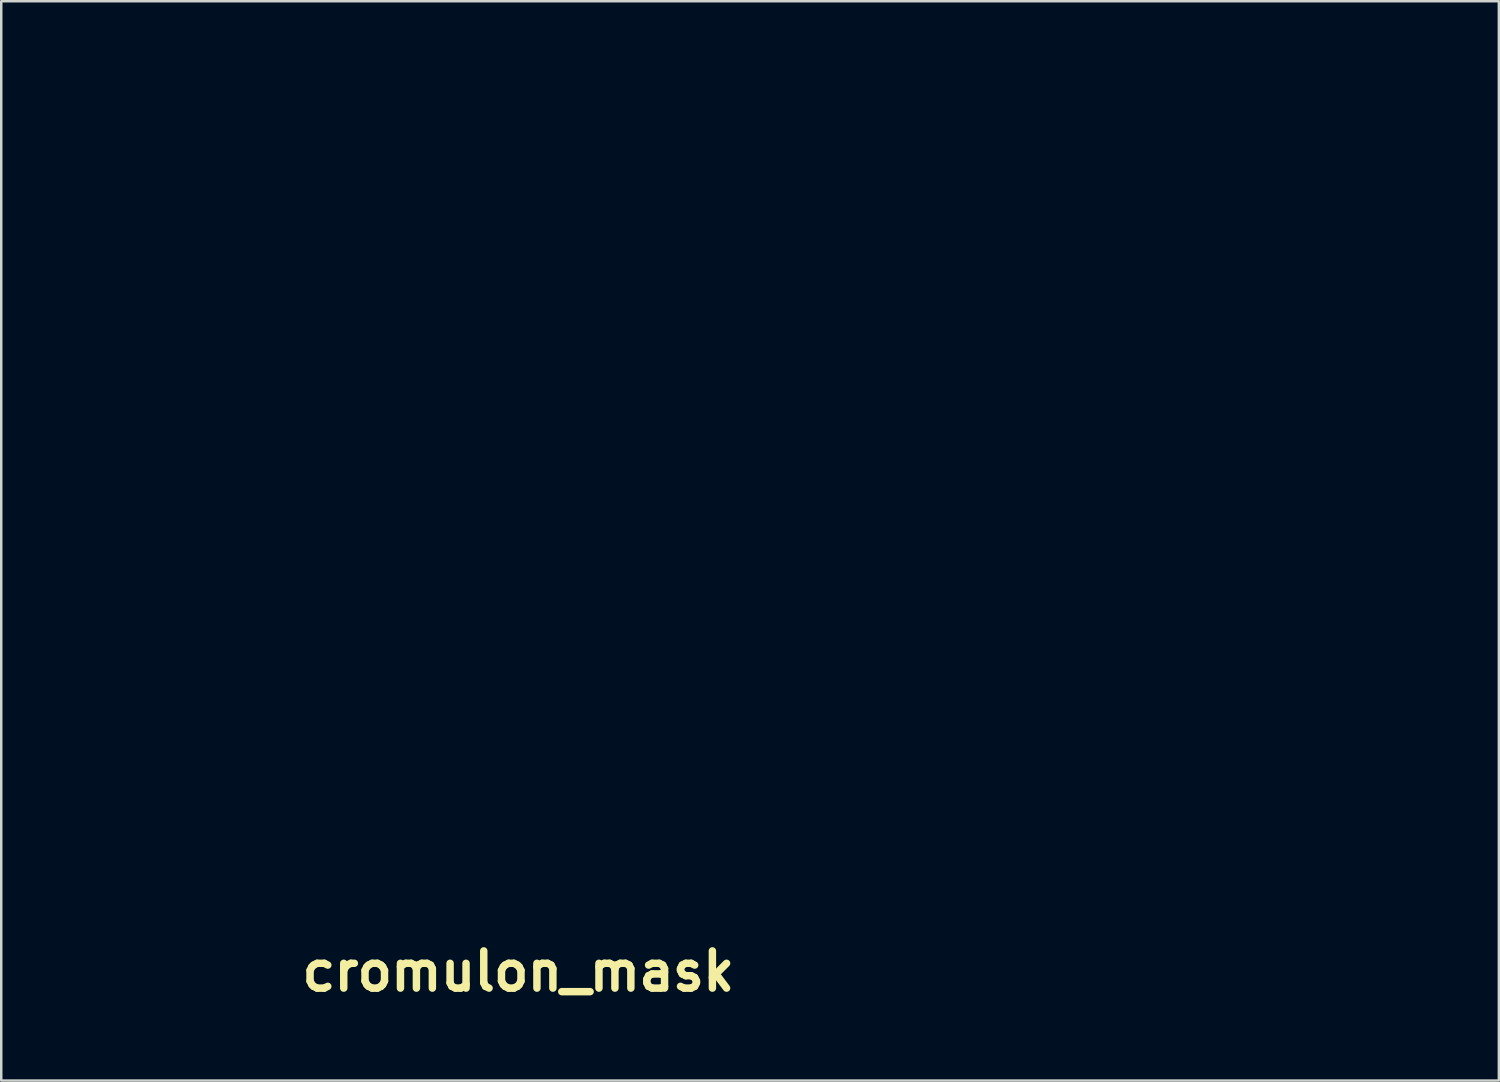
<source format=kicad_pcb>
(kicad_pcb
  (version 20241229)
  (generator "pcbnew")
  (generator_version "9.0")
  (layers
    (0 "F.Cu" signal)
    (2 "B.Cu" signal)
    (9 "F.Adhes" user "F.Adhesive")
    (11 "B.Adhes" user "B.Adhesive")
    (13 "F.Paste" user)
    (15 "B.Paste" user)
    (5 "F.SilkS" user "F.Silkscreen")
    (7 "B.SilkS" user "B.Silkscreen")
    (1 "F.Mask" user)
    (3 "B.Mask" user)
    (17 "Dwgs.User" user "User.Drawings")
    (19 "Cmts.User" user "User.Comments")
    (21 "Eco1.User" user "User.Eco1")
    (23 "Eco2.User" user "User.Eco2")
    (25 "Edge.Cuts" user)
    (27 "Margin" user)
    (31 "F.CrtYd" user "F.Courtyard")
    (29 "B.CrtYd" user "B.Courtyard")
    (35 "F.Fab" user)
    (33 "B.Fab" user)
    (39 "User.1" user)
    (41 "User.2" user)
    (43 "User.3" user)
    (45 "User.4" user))
  (footprint "cromulon_mask"
    (layer "F.Cu")
    (at 17.839 36.094)
    (property "Reference" "cromulon_mask" (at 0 0 0) (layer "F.SilkS") (effects (font (size 1.5 1.5) (thickness 0.3))))
    (attr board_only exclude_from_pos_files exclude_from_bom)
    (fp_poly (pts (xy 27.746 -35.491) (xy 28.571 -35.371) (xy 29.373 -35.177) (xy 30.149 -34.909) (xy 30.896 -34.568) (xy 31.612 -34.155) (xy 32.202 -33.743) (xy 32.74 -33.293) (xy 33.264 -32.776) (xy 33.763 -32.207) (xy 34.228 -31.597) (xy 34.648 -30.96) (xy 35.014 -30.308) (xy 35.283 -29.732) (xy 35.47 -29.264) (xy 35.638 -28.786) (xy 35.787 -28.292) (xy 35.92 -27.776) (xy 36.038 -27.229) (xy 36.141 -26.645) (xy 36.231 -26.017) (xy 36.31 -25.338) (xy 36.377 -24.601) (xy 36.436 -23.799) (xy 36.486 -22.925) (xy 36.487 -22.9) (xy 36.502 -22.589) (xy 36.512 -22.342) (xy 36.517 -22.147) (xy 36.516 -21.988) (xy 36.509 -21.85) (xy 36.496 -21.721) (xy 36.477 -21.586) (xy 36.468 -21.53) (xy 36.392 -21.066) (xy 36.328 -20.672) (xy 36.272 -20.337) (xy 36.225 -20.055) (xy 36.183 -19.816) (xy 36.146 -19.611) (xy 36.112 -19.431) (xy 36.08 -19.267) (xy 36.047 -19.111) (xy 36.017 -18.971) (xy 35.834 -18.222) (xy 35.631 -17.541) (xy 35.403 -16.919) (xy 35.145 -16.346) (xy 34.854 -15.814) (xy 34.526 -15.312) (xy 34.224 -14.915) (xy 33.735 -14.372) (xy 33.189 -13.883) (xy 32.588 -13.447) (xy 31.928 -13.066) (xy 31.211 -12.737) (xy 30.435 -12.461) (xy 29.6 -12.237) (xy 29.377 -12.188) (xy 28.971 -12.11) (xy 28.551 -12.042) (xy 28.107 -11.983) (xy 27.63 -11.933) (xy 27.109 -11.891) (xy 26.536 -11.856) (xy 25.9 -11.827) (xy 25.36 -11.808) (xy 24.874 -11.793) (xy 24.46 -11.781) (xy 24.109 -11.771) (xy 23.813 -11.764) (xy 23.566 -11.759) (xy 23.359 -11.756) (xy 23.184 -11.755) (xy 23.033 -11.757) (xy 22.899 -11.76) (xy 22.774 -11.765) (xy 22.662 -11.772) (xy 21.972 -11.852) (xy 21.299 -12.01) (xy 20.645 -12.242) (xy 20.013 -12.548) (xy 19.405 -12.927) (xy 18.824 -13.376) (xy 18.272 -13.894) (xy 17.751 -14.48) (xy 17.459 -14.858) (xy 16.773 -15.851) (xy 16.158 -16.862) (xy 15.615 -17.888) (xy 15.146 -18.926) (xy 14.751 -19.974) (xy 14.434 -21.028) (xy 14.193 -22.085) (xy 14.153 -22.304) (xy 14.087 -22.709) (xy 14.036 -23.078) (xy 13.998 -23.431) (xy 13.977 -23.724) (xy 25.717 -23.724) (xy 25.731 -23.697) (xy 25.781 -23.684) (xy 25.882 -23.685) (xy 26.035 -23.696) (xy 26.195 -23.708) (xy 26.291 -23.708) (xy 26.339 -23.695) (xy 26.352 -23.667) (xy 26.352 -23.664) (xy 26.324 -23.59) (xy 26.293 -23.555) (xy 26.242 -23.476) (xy 26.233 -23.431) (xy 26.25 -23.379) (xy 26.315 -23.358) (xy 26.377 -23.356) (xy 26.47 -23.351) (xy 26.504 -23.326) (xy 26.496 -23.262) (xy 26.494 -23.252) (xy 26.455 -23.083) (xy 26.44 -22.971) (xy 26.449 -22.899) (xy 26.471 -22.86) (xy 26.553 -22.806) (xy 26.65 -22.826) (xy 26.765 -22.92) (xy 26.8 -22.959) (xy 26.898 -23.065) (xy 26.968 -23.11) (xy 27.024 -23.1) (xy 27.067 -23.058) (xy 27.133 -23.017) (xy 27.224 -23.001) (xy 27.307 -23.009) (xy 27.35 -23.044) (xy 27.351 -23.049) (xy 27.357 -23.121) (xy 27.361 -23.227) (xy 27.361 -23.233) (xy 27.376 -23.332) (xy 27.43 -23.386) (xy 27.491 -23.412) (xy 27.611 -23.474) (xy 27.727 -23.567) (xy 27.817 -23.67) (xy 27.86 -23.762) (xy 27.861 -23.773) (xy 27.882 -23.867) (xy 27.92 -23.951) (xy 27.957 -24.045) (xy 27.975 -24.153) (xy 27.975 -24.248) (xy 27.954 -24.303) (xy 27.94 -24.309) (xy 27.908 -24.342) (xy 27.9 -24.387) (xy 27.938 -24.464) (xy 28.043 -24.546) (xy 28.059 -24.555) (xy 28.173 -24.633) (xy 28.21 -24.693) (xy 28.171 -24.733) (xy 28.069 -24.753) (xy 27.97 -24.768) (xy 27.925 -24.806) (xy 27.908 -24.89) (xy 27.908 -24.896) (xy 27.867 -25.009) (xy 27.769 -25.077) (xy 27.608 -25.102) (xy 27.579 -25.102) (xy 27.481 -25.122) (xy 27.427 -25.195) (xy 27.424 -25.202) (xy 27.359 -25.279) (xy 27.264 -25.302) (xy 27.17 -25.265) (xy 27.146 -25.241) (xy 27.067 -25.186) (xy 26.985 -25.211) (xy 26.924 -25.281) (xy 26.843 -25.366) (xy 26.764 -25.373) (xy 26.69 -25.302) (xy 26.623 -25.155) (xy 26.615 -25.132) (xy 26.564 -25.078) (xy 26.485 -25.064) (xy 26.418 -25.094) (xy 26.412 -25.102) (xy 26.358 -25.145) (xy 26.304 -25.12) (xy 26.269 -25.039) (xy 26.266 -25.013) (xy 26.244 -24.92) (xy 26.188 -24.876) (xy 26.137 -24.864) (xy 26.024 -24.808) (xy 25.935 -24.694) (xy 25.885 -24.544) (xy 25.879 -24.482) (xy 25.859 -24.383) (xy 25.817 -24.334) (xy 25.772 -24.28) (xy 25.757 -24.195) (xy 25.776 -24.101) (xy 25.817 -24.056) (xy 25.87 -24.004) (xy 25.858 -23.927) (xy 25.797 -23.852) (xy 25.737 -23.779) (xy 25.717 -23.724) (xy 13.977 -23.724) (xy 13.973 -23.791) (xy 13.957 -24.178) (xy 13.951 -24.613) (xy 13.95 -24.825) (xy 13.951 -25.149) (xy 13.954 -25.408) (xy 13.959 -25.616) (xy 13.968 -25.787) (xy 13.982 -25.934) (xy 14.002 -26.073) (xy 14.027 -26.216) (xy 14.041 -26.286) (xy 14.172 -26.829) (xy 14.342 -27.345) (xy 14.557 -27.847) (xy 14.823 -28.346) (xy 15.144 -28.851) (xy 15.527 -29.376) (xy 15.775 -29.686) (xy 16.542 -30.578) (xy 17.322 -31.392) (xy 18.115 -32.129) (xy 18.925 -32.791) (xy 19.752 -33.379) (xy 20.6 -33.895) (xy 21.47 -34.338) (xy 22.364 -34.711) (xy 23.285 -35.014) (xy 24.234 -35.249) (xy 25.213 -35.416) (xy 26.035 -35.504) (xy 26.899 -35.535)) (stroke (width 0) (type solid)) (fill yes) (layer "F.Mask"))
    (fp_poly (pts (xy -7.102 -36.074) (xy -6.707 -36.034) (xy -6.209 -35.963) (xy -5.708 -35.871) (xy -5.193 -35.753) (xy -4.651 -35.607) (xy -4.066 -35.429) (xy -3.428 -35.215) (xy -3.354 -35.19) (xy -3.069 -35.091) (xy -2.736 -34.974) (xy -2.378 -34.85) (xy -2.022 -34.726) (xy -1.693 -34.611) (xy -1.627 -34.588) (xy -1.341 -34.487) (xy -1.053 -34.383) (xy -0.78 -34.281) (xy -0.541 -34.189) (xy -0.35 -34.114) (xy -0.28 -34.084) (xy 0.411 -33.751) (xy 1.082 -33.358) (xy 1.736 -32.902) (xy 2.375 -32.381) (xy 3.002 -31.793) (xy 3.62 -31.136) (xy 4.232 -30.406) (xy 4.839 -29.601) (xy 5.396 -28.794) (xy 5.656 -28.389) (xy 5.871 -28.024) (xy 6.047 -27.684) (xy 6.193 -27.352) (xy 6.317 -27.009) (xy 6.427 -26.64) (xy 6.469 -26.48) (xy 6.589 -25.884) (xy 6.666 -25.228) (xy 6.7 -24.516) (xy 6.69 -23.754) (xy 6.636 -22.947) (xy 6.54 -22.101) (xy 6.448 -21.5) (xy 6.227 -20.405) (xy 5.938 -19.352) (xy 5.582 -18.341) (xy 5.159 -17.372) (xy 4.669 -16.445) (xy 4.112 -15.561) (xy 3.488 -14.72) (xy 2.799 -13.923) (xy 2.043 -13.17) (xy 1.222 -12.462) (xy 0.335 -11.798) (xy 0.218 -11.717) (xy -0.276 -11.404) (xy -0.759 -11.156) (xy -1.25 -10.964) (xy -1.767 -10.821) (xy -2.331 -10.721) (xy -2.522 -10.697) (xy -2.676 -10.685) (xy -2.896 -10.676) (xy -3.167 -10.669) (xy -3.476 -10.665) (xy -3.808 -10.663) (xy -4.149 -10.664) (xy -4.485 -10.667) (xy -4.803 -10.673) (xy -5.088 -10.682) (xy -5.326 -10.693) (xy -5.437 -10.7) (xy -6.117 -10.768) (xy -6.865 -10.867) (xy -7.678 -10.998) (xy -8.553 -11.16) (xy -9.485 -11.352) (xy -10.279 -11.529) (xy -11.147 -11.763) (xy -11.958 -12.053) (xy -12.714 -12.398) (xy -13.414 -12.801) (xy -14.061 -13.262) (xy -14.654 -13.781) (xy -15.195 -14.359) (xy -15.684 -14.997) (xy -16.123 -15.696) (xy -16.512 -16.456) (xy -16.839 -17.244) (xy -17.012 -17.752) (xy -17.177 -18.326) (xy -17.332 -18.951) (xy -17.473 -19.614) (xy -17.599 -20.3) (xy -17.704 -20.997) (xy -17.788 -21.689) (xy -17.788 -21.689) (xy -17.804 -21.898) (xy -17.817 -22.172) (xy -17.827 -22.499) (xy -17.835 -22.866) (xy -17.839 -23.258) (xy -17.839 -23.663) (xy -17.837 -24.068) (xy -17.832 -24.459) (xy -17.828 -24.651) (xy -5.477 -24.651) (xy -5.467 -24.606) (xy -5.425 -24.591) (xy -5.329 -24.6) (xy -5.308 -24.603) (xy -5.1 -24.636) (xy -4.958 -24.655) (xy -4.87 -24.661) (xy -4.823 -24.655) (xy -4.805 -24.636) (xy -4.802 -24.618) (xy -4.83 -24.549) (xy -4.882 -24.487) (xy -4.951 -24.401) (xy -4.949 -24.34) (xy -4.877 -24.31) (xy -4.844 -24.309) (xy -4.75 -24.298) (xy -4.705 -24.255) (xy -4.702 -24.166) (xy -4.726 -24.053) (xy -4.754 -23.9) (xy -4.739 -23.806) (xy -4.679 -23.761) (xy -4.607 -23.753) (xy -4.507 -23.775) (xy -4.416 -23.85) (xy -4.383 -23.892) (xy -4.287 -23.99) (xy -4.199 -24.028) (xy -4.133 -24.005) (xy -4.113 -23.971) (xy -4.059 -23.924) (xy -3.97 -23.915) (xy -3.882 -23.944) (xy -3.85 -23.971) (xy -3.82 -24.059) (xy -3.827 -24.133) (xy -3.826 -24.248) (xy -3.769 -24.325) (xy -3.687 -24.348) (xy -3.613 -24.375) (xy -3.516 -24.443) (xy -3.422 -24.529) (xy -3.354 -24.613) (xy -3.334 -24.665) (xy -3.319 -24.732) (xy -3.282 -24.844) (xy -3.247 -24.932) (xy -3.2 -25.053) (xy -3.184 -25.125) (xy -3.196 -25.174) (xy -3.228 -25.214) (xy -3.284 -25.296) (xy -3.277 -25.365) (xy -3.202 -25.437) (xy -3.156 -25.469) (xy -3.053 -25.547) (xy -3.024 -25.606) (xy -3.07 -25.651) (xy -3.145 -25.68) (xy -3.238 -25.721) (xy -3.281 -25.793) (xy -3.294 -25.856) (xy -3.31 -25.938) (xy -3.342 -25.981) (xy -3.413 -25.999) (xy -3.517 -26.007) (xy -3.643 -26.021) (xy -3.716 -26.049) (xy -3.758 -26.104) (xy -3.764 -26.116) (xy -3.827 -26.184) (xy -3.918 -26.215) (xy -4.006 -26.207) (xy -4.062 -26.154) (xy -4.062 -26.154) (xy -4.11 -26.099) (xy -4.177 -26.115) (xy -4.25 -26.198) (xy -4.26 -26.214) (xy -4.335 -26.31) (xy -4.405 -26.332) (xy -4.473 -26.278) (xy -4.54 -26.148) (xy -4.578 -26.045) (xy -4.63 -25.991) (xy -4.71 -25.976) (xy -4.776 -26.007) (xy -4.782 -26.015) (xy -4.837 -26.058) (xy -4.89 -26.033) (xy -4.925 -25.952) (xy -4.929 -25.926) (xy -4.949 -25.834) (xy -5.003 -25.792) (xy -5.071 -25.777) (xy -5.194 -25.721) (xy -5.28 -25.606) (xy -5.317 -25.449) (xy -5.318 -25.42) (xy -5.339 -25.321) (xy -5.378 -25.261) (xy -5.425 -25.184) (xy -5.437 -25.116) (xy -5.415 -25.034) (xy -5.378 -24.998) (xy -5.326 -24.944) (xy -5.327 -24.864) (xy -5.379 -24.789) (xy -5.398 -24.776) (xy -5.46 -24.707) (xy -5.477 -24.651) (xy -17.828 -24.651) (xy -17.824 -24.822) (xy -17.813 -25.145) (xy -17.798 -25.414) (xy -17.787 -25.559) (xy -17.713 -26.269) (xy -17.632 -26.905) (xy -17.544 -27.471) (xy -17.447 -27.972) (xy -17.341 -28.412) (xy -17.283 -28.614) (xy -17.008 -29.39) (xy -16.664 -30.127) (xy -16.25 -30.826) (xy -15.767 -31.487) (xy -15.215 -32.11) (xy -14.592 -32.696) (xy -13.99 -33.178) (xy -13.602 -33.459) (xy -13.185 -33.745) (xy -12.748 -34.032) (xy -12.299 -34.314) (xy -11.848 -34.588) (xy -11.402 -34.847) (xy -10.971 -35.087) (xy -10.564 -35.302) (xy -10.19 -35.488) (xy -9.857 -35.639) (xy -9.573 -35.75) (xy -9.446 -35.791) (xy -8.933 -35.929) (xy -8.464 -36.023) (xy -8.017 -36.078) (xy -7.57 -36.094)) (stroke (width 0) (type solid)) (fill yes) (layer "F.Mask")))
  (gr_rect
    (start -3 -3)
    (end 57.356 40.498)
    (stroke (width 0.1) (type default))
    (fill no)
    (layer "Edge.Cuts")))
</source>
